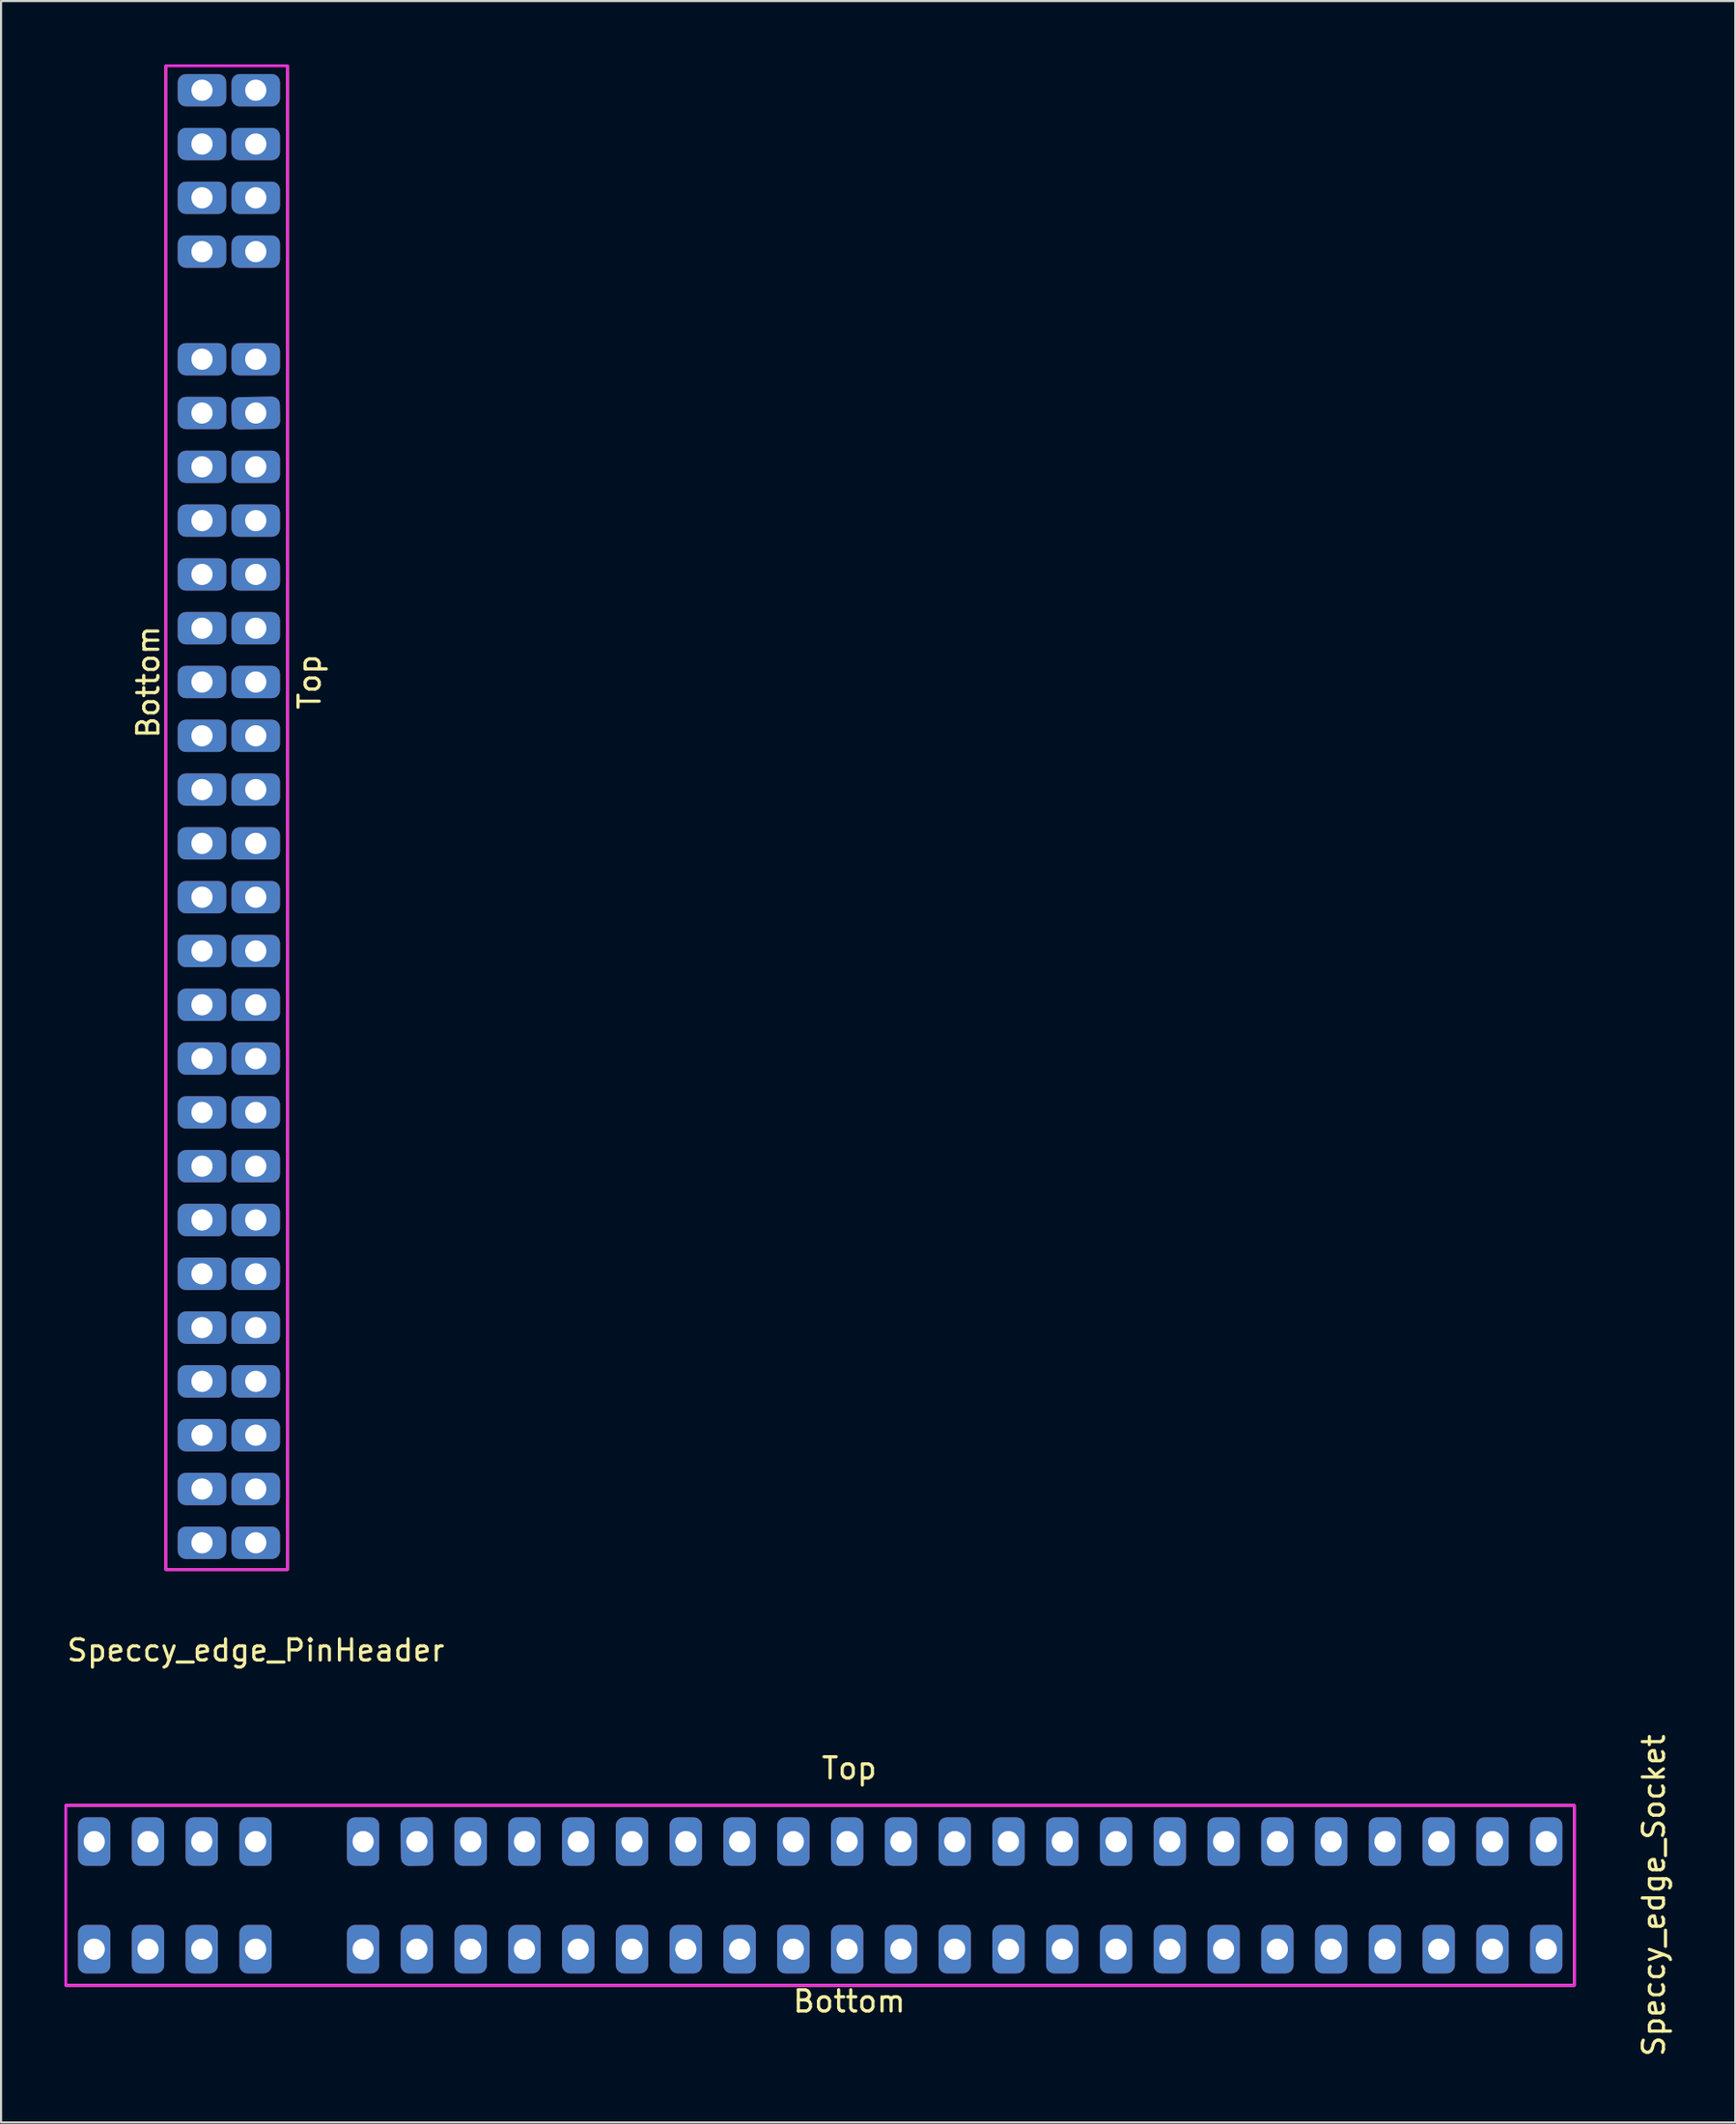
<source format=kicad_pcb>
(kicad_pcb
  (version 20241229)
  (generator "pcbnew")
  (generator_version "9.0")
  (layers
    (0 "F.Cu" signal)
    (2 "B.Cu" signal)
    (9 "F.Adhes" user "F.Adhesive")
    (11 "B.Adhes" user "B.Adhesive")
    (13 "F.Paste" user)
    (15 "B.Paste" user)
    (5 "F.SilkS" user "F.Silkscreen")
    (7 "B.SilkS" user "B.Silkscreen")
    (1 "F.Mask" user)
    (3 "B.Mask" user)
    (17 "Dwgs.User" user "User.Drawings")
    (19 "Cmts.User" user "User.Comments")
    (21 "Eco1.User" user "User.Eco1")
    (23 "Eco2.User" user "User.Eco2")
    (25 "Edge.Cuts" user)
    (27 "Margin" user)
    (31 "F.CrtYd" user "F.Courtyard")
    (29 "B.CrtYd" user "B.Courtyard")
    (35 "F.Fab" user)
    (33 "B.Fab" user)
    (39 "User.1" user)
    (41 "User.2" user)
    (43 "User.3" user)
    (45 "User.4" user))
  (footprint "Speccy_edge_Socket"
    (layer "F.Cu")
    (at 37.06 86.438)
    (property "Reference" "Speccy_edge_Socket" (at 38 0 90) (unlocked yes) (layer "F.SilkS") (effects (font (size 1 1) (thickness 0.15))))
    (attr smd)
    (fp_rect (start -37 -4.25) (end 34.25 4.25) (stroke (width 0.12) (type solid)) (fill no) (layer "F.SilkS"))
    (fp_rect (start -37 -4.25) (end 34.25 4.25) (stroke (width 0.12) (type solid)) (fill no) (layer "F.CrtYd"))
    (fp_rect (start -37 -4.25) (end 34.25 4.25) (stroke (width 0.1) (type solid)) (fill no) (layer "F.Fab"))
    (fp_text user "Bottom" (at 0 5 0) (unlocked yes) (layer "F.SilkS") (effects (font (size 1 1) (thickness 0.15))))
    (fp_text user "Top" (at 0 -6 0) (unlocked yes) (layer "F.SilkS") (effects (font (size 1 1) (thickness 0.15))))
    (pad "B1" thru_hole roundrect (at -35.66 2.54 90) (size 2.286 1.524) (drill 1) (layers "*.Cu" "*.Mask") (roundrect_rratio 0.25))
    (pad "B2" thru_hole roundrect (at -33.12 2.54 270) (size 2.286 1.524) (drill 1) (layers "*.Cu" "*.Mask") (roundrect_rratio 0.25))
    (pad "B3" thru_hole roundrect (at -30.58 2.54 90) (size 2.286 1.524) (drill 1) (layers "*.Cu" "*.Mask") (roundrect_rratio 0.25))
    (pad "B4" thru_hole roundrect (at -28.04 2.54 90) (size 2.286 1.524) (drill 1) (layers "*.Cu" "*.Mask") (roundrect_rratio 0.25))
    (pad "B6" thru_hole roundrect (at -22.96 2.54 90) (size 2.286 1.524) (drill 1) (layers "*.Cu" "*.Mask") (roundrect_rratio 0.25))
    (pad "B7" thru_hole roundrect (at -20.42 2.54 90) (size 2.286 1.524) (drill 1) (layers "*.Cu" "*.Mask") (roundrect_rratio 0.25))
    (pad "B8" thru_hole roundrect (at -17.88 2.54 90) (size 2.286 1.524) (drill 1) (layers "*.Cu" "*.Mask") (roundrect_rratio 0.25))
    (pad "B9" thru_hole roundrect (at -15.34 2.54 90) (size 2.286 1.524) (drill 1) (layers "*.Cu" "*.Mask") (roundrect_rratio 0.25))
    (pad "B10" thru_hole roundrect (at -12.8 2.54 90) (size 2.286 1.524) (drill 1) (layers "*.Cu" "*.Mask") (roundrect_rratio 0.25))
    (pad "B11" thru_hole roundrect (at -10.26 2.54 90) (size 2.286 1.524) (drill 1) (layers "*.Cu" "*.Mask") (roundrect_rratio 0.25))
    (pad "B12" thru_hole roundrect (at -7.72 2.54 90) (size 2.286 1.524) (drill 1) (layers "*.Cu" "*.Mask") (roundrect_rratio 0.25))
    (pad "B13" thru_hole roundrect (at -5.18 2.54 90) (size 2.286 1.524) (drill 1) (layers "*.Cu" "*.Mask") (roundrect_rratio 0.25))
    (pad "B14" thru_hole roundrect (at -2.64 2.54 90) (size 2.286 1.524) (drill 1) (layers "*.Cu" "*.Mask") (roundrect_rratio 0.25))
    (pad "B15" thru_hole roundrect (at -0.1 2.54 90) (size 2.286 1.524) (drill 1) (layers "*.Cu" "*.Mask") (roundrect_rratio 0.25))
    (pad "B16" thru_hole roundrect (at 2.44 2.54 90) (size 2.286 1.524) (drill 1) (layers "*.Cu" "*.Mask") (roundrect_rratio 0.25))
    (pad "B17" thru_hole roundrect (at 4.98 2.54 90) (size 2.286 1.524) (drill 1) (layers "*.Cu" "*.Mask") (roundrect_rratio 0.25))
    (pad "B18" thru_hole roundrect (at 7.52 2.54 90) (size 2.286 1.524) (drill 1) (layers "*.Cu" "*.Mask") (roundrect_rratio 0.25))
    (pad "B19" thru_hole roundrect (at 10.06 2.54 90) (size 2.286 1.524) (drill 1) (layers "*.Cu" "*.Mask") (roundrect_rratio 0.25))
    (pad "B20" thru_hole roundrect (at 12.6 2.54 90) (size 2.286 1.524) (drill 1) (layers "*.Cu" "*.Mask") (roundrect_rratio 0.25))
    (pad "B21" thru_hole roundrect (at 15.14 2.54 90) (size 2.286 1.524) (drill 1) (layers "*.Cu" "*.Mask") (roundrect_rratio 0.25))
    (pad "B22" thru_hole roundrect (at 17.68 2.54 90) (size 2.286 1.524) (drill 1) (layers "*.Cu" "*.Mask") (roundrect_rratio 0.25))
    (pad "B23" thru_hole roundrect (at 20.22 2.54 90) (size 2.286 1.524) (drill 1) (layers "*.Cu" "*.Mask") (roundrect_rratio 0.25))
    (pad "B24" thru_hole roundrect (at 22.76 2.54 90) (size 2.286 1.524) (drill 1) (layers "*.Cu" "*.Mask") (roundrect_rratio 0.25))
    (pad "B25" thru_hole roundrect (at 25.3 2.54 90) (size 2.286 1.524) (drill 1) (layers "*.Cu" "*.Mask") (roundrect_rratio 0.25))
    (pad "B26" thru_hole roundrect (at 27.84 2.54 90) (size 2.286 1.524) (drill 1) (layers "*.Cu" "*.Mask") (roundrect_rratio 0.25))
    (pad "B27" thru_hole roundrect (at 30.38 2.54 90) (size 2.286 1.524) (drill 1) (layers "*.Cu" "*.Mask") (roundrect_rratio 0.25))
    (pad "B28" thru_hole roundrect (at 32.92 2.54 90) (size 2.286 1.524) (drill 1) (layers "*.Cu" "*.Mask") (roundrect_rratio 0.25))
    (pad "U1" thru_hole roundrect (at -35.66 -2.54 90) (size 2.286 1.524) (drill 1) (layers "*.Cu" "*.Mask") (roundrect_rratio 0.25))
    (pad "U2" thru_hole roundrect (at -33.12 -2.54 90) (size 2.286 1.524) (drill 1) (layers "*.Cu" "*.Mask") (roundrect_rratio 0.25))
    (pad "U3" thru_hole roundrect (at -30.58 -2.54 90) (size 2.286 1.524) (drill 1) (layers "*.Cu" "*.Mask") (roundrect_rratio 0.25))
    (pad "U4" thru_hole roundrect (at -28.04 -2.54 90) (size 2.286 1.524) (drill 1) (layers "*.Cu" "*.Mask") (roundrect_rratio 0.25))
    (pad "U6" thru_hole roundrect (at -22.96 -2.54 90) (size 2.286 1.524) (drill 1) (layers "*.Cu" "*.Mask") (roundrect_rratio 0.25))
    (pad "U7" thru_hole roundrect (at -20.42 -2.54 91) (size 2.286 1.524) (drill 1) (layers "*.Cu" "*.Mask") (roundrect_rratio 0.25))
    (pad "U8" thru_hole roundrect (at -17.88 -2.54 90) (size 2.286 1.524) (drill 1) (layers "*.Cu" "*.Mask") (roundrect_rratio 0.25))
    (pad "U9" thru_hole roundrect (at -15.34 -2.54 90) (size 2.286 1.524) (drill 1) (layers "*.Cu" "*.Mask") (roundrect_rratio 0.25))
    (pad "U10" thru_hole roundrect (at -12.8 -2.54 90) (size 2.286 1.524) (drill 1) (layers "*.Cu" "*.Mask") (roundrect_rratio 0.25))
    (pad "U11" thru_hole roundrect (at -10.26 -2.54 90) (size 2.286 1.524) (drill 1) (layers "*.Cu" "*.Mask") (roundrect_rratio 0.25))
    (pad "U12" thru_hole roundrect (at -7.72 -2.54 90) (size 2.286 1.524) (drill 1) (layers "*.Cu" "*.Mask") (roundrect_rratio 0.25))
    (pad "U13" thru_hole roundrect (at -5.18 -2.54 90) (size 2.286 1.524) (drill 1) (layers "*.Cu" "*.Mask") (roundrect_rratio 0.25))
    (pad "U14" thru_hole roundrect (at -2.64 -2.54 90) (size 2.286 1.524) (drill 1) (layers "*.Cu" "*.Mask") (roundrect_rratio 0.25))
    (pad "U15" thru_hole roundrect (at -0.1 -2.54 90) (size 2.286 1.524) (drill 1) (layers "*.Cu" "*.Mask") (roundrect_rratio 0.25))
    (pad "U16" thru_hole roundrect (at 2.44 -2.54 90) (size 2.286 1.524) (drill 1) (layers "*.Cu" "*.Mask") (roundrect_rratio 0.25))
    (pad "U17" thru_hole roundrect (at 4.98 -2.54 90) (size 2.286 1.524) (drill 1) (layers "*.Cu" "*.Mask") (roundrect_rratio 0.25))
    (pad "U18" thru_hole roundrect (at 7.52 -2.54 90) (size 2.286 1.524) (drill 1) (layers "*.Cu" "*.Mask") (roundrect_rratio 0.25))
    (pad "U19" thru_hole roundrect (at 10.06 -2.54 90) (size 2.286 1.524) (drill 1) (layers "*.Cu" "*.Mask") (roundrect_rratio 0.25))
    (pad "U20" thru_hole roundrect (at 12.6 -2.54 90) (size 2.286 1.524) (drill 1) (layers "*.Cu" "*.Mask") (roundrect_rratio 0.25))
    (pad "U21" thru_hole roundrect (at 15.14 -2.54 90) (size 2.286 1.524) (drill 1) (layers "*.Cu" "*.Mask") (roundrect_rratio 0.25))
    (pad "U22" thru_hole roundrect (at 17.68 -2.54 90) (size 2.286 1.524) (drill 1) (layers "*.Cu" "*.Mask") (roundrect_rratio 0.25))
    (pad "U23" thru_hole roundrect (at 20.22 -2.54 90) (size 2.286 1.524) (drill 1) (layers "*.Cu" "*.Mask") (roundrect_rratio 0.25))
    (pad "U24" thru_hole roundrect (at 22.76 -2.54 90) (size 2.286 1.524) (drill 1) (layers "*.Cu" "*.Mask") (roundrect_rratio 0.25))
    (pad "U25" thru_hole roundrect (at 25.3 -2.54 90) (size 2.286 1.524) (drill 1) (layers "*.Cu" "*.Mask") (roundrect_rratio 0.25))
    (pad "U26" thru_hole roundrect (at 27.84 -2.54 90) (size 2.286 1.524) (drill 1) (layers "*.Cu" "*.Mask") (roundrect_rratio 0.25))
    (pad "U27" thru_hole roundrect (at 30.38 -2.54 90) (size 2.286 1.524) (drill 1) (layers "*.Cu" "*.Mask") (roundrect_rratio 0.25))
    (pad "U28" thru_hole roundrect (at 32.92 -2.54 90) (size 2.286 1.524) (drill 1) (layers "*.Cu" "*.Mask") (roundrect_rratio 0.25)))
  (footprint "Speccy_edge_PinHeader"
    (layer "F.Cu")
    (at 9.03 39.31)
    (property "Reference" "Speccy_edge_PinHeader" (at 0 35.56 0) (unlocked yes) (layer "F.SilkS") (effects (font (size 1 1) (thickness 0.15))))
    (attr smd)
    (fp_rect (start 1.5 31.75) (end -4.25 -39.25) (stroke (width 0.12) (type solid)) (fill no) (layer "F.SilkS"))
    (fp_rect (start -4.25 -39.25) (end 1.5 31.75) (stroke (width 0.12) (type solid)) (fill no) (layer "F.CrtYd"))
    (fp_text user "Bottom" (at -5.08 -10.16 90) (unlocked yes) (layer "F.SilkS") (effects (font (size 1 1) (thickness 0.15))))
    (fp_text user "Top" (at 2.54 -10.16 90) (unlocked yes) (layer "F.SilkS") (effects (font (size 1 1) (thickness 0.15))))
    (pad "B1" thru_hole roundrect (at -2.54 -38.1) (size 2.286 1.524) (drill 1) (layers "*.Cu" "*.Mask") (roundrect_rratio 0.25))
    (pad "B2" thru_hole roundrect (at -2.54 -35.56 180) (size 2.286 1.524) (drill 1) (layers "*.Cu" "*.Mask") (roundrect_rratio 0.25))
    (pad "B3" thru_hole roundrect (at -2.54 -33.02) (size 2.286 1.524) (drill 1) (layers "*.Cu" "*.Mask") (roundrect_rratio 0.25))
    (pad "B4" thru_hole roundrect (at -2.54 -30.48) (size 2.286 1.524) (drill 1) (layers "*.Cu" "*.Mask") (roundrect_rratio 0.25))
    (pad "B6" thru_hole roundrect (at -2.54 -25.4) (size 2.286 1.524) (drill 1) (layers "*.Cu" "*.Mask") (roundrect_rratio 0.25))
    (pad "B7" thru_hole roundrect (at -2.54 -22.86) (size 2.286 1.524) (drill 1) (layers "*.Cu" "*.Mask") (roundrect_rratio 0.25))
    (pad "B8" thru_hole roundrect (at -2.54 -20.32) (size 2.286 1.524) (drill 1) (layers "*.Cu" "*.Mask") (roundrect_rratio 0.25))
    (pad "B9" thru_hole roundrect (at -2.54 -17.78) (size 2.286 1.524) (drill 1) (layers "*.Cu" "*.Mask") (roundrect_rratio 0.25))
    (pad "B10" thru_hole roundrect (at -2.54 -15.24) (size 2.286 1.524) (drill 1) (layers "*.Cu" "*.Mask") (roundrect_rratio 0.25))
    (pad "B11" thru_hole roundrect (at -2.54 -12.7) (size 2.286 1.524) (drill 1) (layers "*.Cu" "*.Mask") (roundrect_rratio 0.25))
    (pad "B12" thru_hole roundrect (at -2.54 -10.16) (size 2.286 1.524) (drill 1) (layers "*.Cu" "*.Mask") (roundrect_rratio 0.25))
    (pad "B13" thru_hole roundrect (at -2.54 -7.62) (size 2.286 1.524) (drill 1) (layers "*.Cu" "*.Mask") (roundrect_rratio 0.25))
    (pad "B14" thru_hole roundrect (at -2.54 -5.08) (size 2.286 1.524) (drill 1) (layers "*.Cu" "*.Mask") (roundrect_rratio 0.25))
    (pad "B15" thru_hole roundrect (at -2.54 -2.54) (size 2.286 1.524) (drill 1) (layers "*.Cu" "*.Mask") (roundrect_rratio 0.25))
    (pad "B16" thru_hole roundrect (at -2.54 0) (size 2.286 1.524) (drill 1) (layers "*.Cu" "*.Mask") (roundrect_rratio 0.25))
    (pad "B17" thru_hole roundrect (at -2.54 2.54) (size 2.286 1.524) (drill 1) (layers "*.Cu" "*.Mask") (roundrect_rratio 0.25))
    (pad "B18" thru_hole roundrect (at -2.54 5.08) (size 2.286 1.524) (drill 1) (layers "*.Cu" "*.Mask") (roundrect_rratio 0.25))
    (pad "B19" thru_hole roundrect (at -2.54 7.62) (size 2.286 1.524) (drill 1) (layers "*.Cu" "*.Mask") (roundrect_rratio 0.25))
    (pad "B20" thru_hole roundrect (at -2.54 10.16) (size 2.286 1.524) (drill 1) (layers "*.Cu" "*.Mask") (roundrect_rratio 0.25))
    (pad "B21" thru_hole roundrect (at -2.54 12.7) (size 2.286 1.524) (drill 1) (layers "*.Cu" "*.Mask") (roundrect_rratio 0.25))
    (pad "B22" thru_hole roundrect (at -2.54 15.24) (size 2.286 1.524) (drill 1) (layers "*.Cu" "*.Mask") (roundrect_rratio 0.25))
    (pad "B23" thru_hole roundrect (at -2.54 17.78) (size 2.286 1.524) (drill 1) (layers "*.Cu" "*.Mask") (roundrect_rratio 0.25))
    (pad "B24" thru_hole roundrect (at -2.54 20.32) (size 2.286 1.524) (drill 1) (layers "*.Cu" "*.Mask") (roundrect_rratio 0.25))
    (pad "B25" thru_hole roundrect (at -2.54 22.86) (size 2.286 1.524) (drill 1) (layers "*.Cu" "*.Mask") (roundrect_rratio 0.25))
    (pad "B26" thru_hole roundrect (at -2.54 25.4) (size 2.286 1.524) (drill 1) (layers "*.Cu" "*.Mask") (roundrect_rratio 0.25))
    (pad "B27" thru_hole roundrect (at -2.54 27.94) (size 2.286 1.524) (drill 1) (layers "*.Cu" "*.Mask") (roundrect_rratio 0.25))
    (pad "B28" thru_hole roundrect (at -2.54 30.48) (size 2.286 1.524) (drill 1) (layers "*.Cu" "*.Mask") (roundrect_rratio 0.25))
    (pad "U1" thru_hole roundrect (at 0 -38.1) (size 2.286 1.524) (drill 1) (layers "*.Cu" "*.Mask") (roundrect_rratio 0.25))
    (pad "U2" thru_hole roundrect (at 0 -35.56) (size 2.286 1.524) (drill 1) (layers "*.Cu" "*.Mask") (roundrect_rratio 0.25))
    (pad "U3" thru_hole roundrect (at 0 -33.02) (size 2.286 1.524) (drill 1) (layers "*.Cu" "*.Mask") (roundrect_rratio 0.25))
    (pad "U4" thru_hole roundrect (at 0 -30.48) (size 2.286 1.524) (drill 1) (layers "*.Cu" "*.Mask") (roundrect_rratio 0.25))
    (pad "U6" thru_hole roundrect (at 0 -25.4) (size 2.286 1.524) (drill 1) (layers "*.Cu" "*.Mask") (roundrect_rratio 0.25))
    (pad "U7" thru_hole roundrect (at 0 -22.86 1) (size 2.286 1.524) (drill 1) (layers "*.Cu" "*.Mask") (roundrect_rratio 0.25))
    (pad "U8" thru_hole roundrect (at 0 -20.32) (size 2.286 1.524) (drill 1) (layers "*.Cu" "*.Mask") (roundrect_rratio 0.25))
    (pad "U9" thru_hole roundrect (at 0 -17.78) (size 2.286 1.524) (drill 1) (layers "*.Cu" "*.Mask") (roundrect_rratio 0.25))
    (pad "U10" thru_hole roundrect (at 0 -15.24) (size 2.286 1.524) (drill 1) (layers "*.Cu" "*.Mask") (roundrect_rratio 0.25))
    (pad "U11" thru_hole roundrect (at 0 -12.7) (size 2.286 1.524) (drill 1) (layers "*.Cu" "*.Mask") (roundrect_rratio 0.25))
    (pad "U12" thru_hole roundrect (at 0 -10.16) (size 2.286 1.524) (drill 1) (layers "*.Cu" "*.Mask") (roundrect_rratio 0.25))
    (pad "U13" thru_hole roundrect (at 0 -7.62) (size 2.286 1.524) (drill 1) (layers "*.Cu" "*.Mask") (roundrect_rratio 0.25))
    (pad "U14" thru_hole roundrect (at 0 -5.08) (size 2.286 1.524) (drill 1) (layers "*.Cu" "*.Mask") (roundrect_rratio 0.25))
    (pad "U15" thru_hole roundrect (at 0 -2.54) (size 2.286 1.524) (drill 1) (layers "*.Cu" "*.Mask") (roundrect_rratio 0.25))
    (pad "U16" thru_hole roundrect (at 0 0) (size 2.286 1.524) (drill 1) (layers "*.Cu" "*.Mask") (roundrect_rratio 0.25))
    (pad "U17" thru_hole roundrect (at 0 2.54) (size 2.286 1.524) (drill 1) (layers "*.Cu" "*.Mask") (roundrect_rratio 0.25))
    (pad "U18" thru_hole roundrect (at 0 5.08) (size 2.286 1.524) (drill 1) (layers "*.Cu" "*.Mask") (roundrect_rratio 0.25))
    (pad "U19" thru_hole roundrect (at 0 7.62) (size 2.286 1.524) (drill 1) (layers "*.Cu" "*.Mask") (roundrect_rratio 0.25))
    (pad "U20" thru_hole roundrect (at 0 10.16) (size 2.286 1.524) (drill 1) (layers "*.Cu" "*.Mask") (roundrect_rratio 0.25))
    (pad "U21" thru_hole roundrect (at 0 12.7) (size 2.286 1.524) (drill 1) (layers "*.Cu" "*.Mask") (roundrect_rratio 0.25))
    (pad "U22" thru_hole roundrect (at 0 15.24) (size 2.286 1.524) (drill 1) (layers "*.Cu" "*.Mask") (roundrect_rratio 0.25))
    (pad "U23" thru_hole roundrect (at 0 17.78) (size 2.286 1.524) (drill 1) (layers "*.Cu" "*.Mask") (roundrect_rratio 0.25))
    (pad "U24" thru_hole roundrect (at 0 20.32) (size 2.286 1.524) (drill 1) (layers "*.Cu" "*.Mask") (roundrect_rratio 0.25))
    (pad "U25" thru_hole roundrect (at 0 22.86) (size 2.286 1.524) (drill 1) (layers "*.Cu" "*.Mask") (roundrect_rratio 0.25))
    (pad "U26" thru_hole roundrect (at 0 25.4) (size 2.286 1.524) (drill 1) (layers "*.Cu" "*.Mask") (roundrect_rratio 0.25))
    (pad "U27" thru_hole roundrect (at 0 27.94) (size 2.286 1.524) (drill 1) (layers "*.Cu" "*.Mask") (roundrect_rratio 0.25))
    (pad "U28" thru_hole roundrect (at 0 30.48) (size 2.286 1.524) (drill 1) (layers "*.Cu" "*.Mask") (roundrect_rratio 0.25)))
  (gr_rect
    (start -3 -3)
    (end 78.908 97.159)
    (stroke (width 0.1) (type default))
    (fill no)
    (layer "Edge.Cuts")))
</source>
